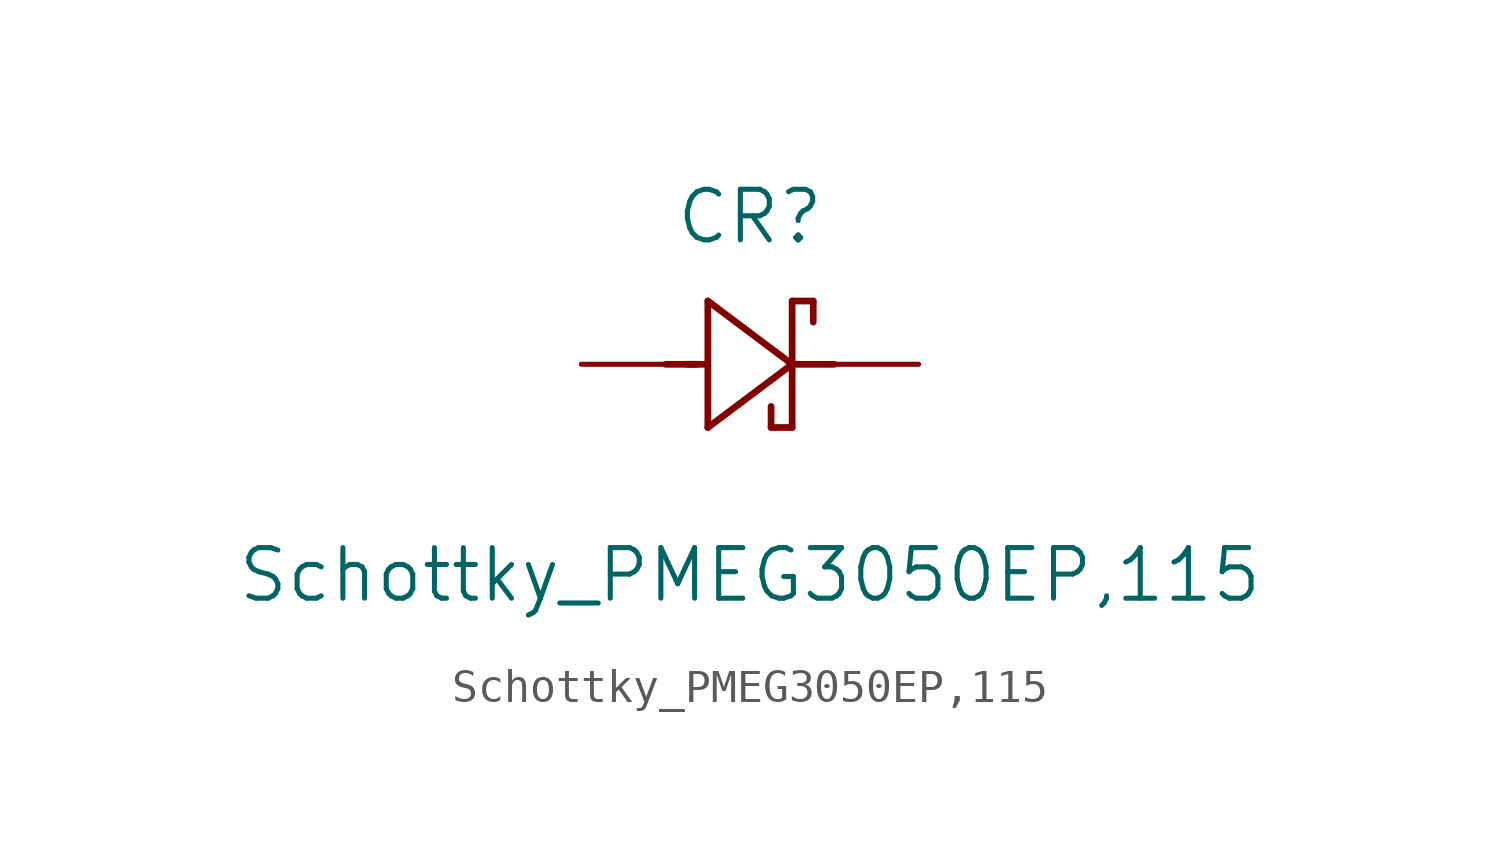
<source format=kicad_sym>
(kicad_symbol_lib
  (version 20201005)
  (generator kicad_symbol_editor)
  (symbol "NB3_power:Schottky_PMEG3050EP,115"
    (pin_numbers hide)
    (pin_names hide)
    (property "Reference" "CR"
      (at 5.08 4.445 0)
      (effects (font (size 1.524 1.524))))
    (property "Value" "Schottky_PMEG3050EP,115"
      (at 5.08 -6.35 0)
      (effects (font (size 1.524 1.524))))
    (property "Datasheet" ""
      (at 0 0 0)
      (effects (font (size 1.524 1.524))))
    (property "ki_locked" ""
      (at 0 0 0)
      (effects (font (size 1.27 1.27))))
    (symbol "Schottky_PMEG3050EP,115_1_1"
      (polyline (pts (xy 2.54 0) (xy 3.48 0)) (stroke (width 0.203)) (fill (type none)))
      (polyline (pts (xy 3.175 0) (xy 3.81 0)) (stroke (width 0.203)) (fill (type none)))
      (polyline (pts (xy 3.81 -1.905) (xy 6.35 0)) (stroke (width 0.203)) (fill (type none)))
      (polyline (pts (xy 6.35 -1.905) (xy 5.715 -1.905)) (stroke (width 0.203)) (fill (type none)))
      (polyline (pts (xy 6.35 1.905) (xy 6.985 1.905)) (stroke (width 0.203)) (fill (type none)))
      (polyline (pts (xy 3.81 1.905) (xy 3.81 -1.905)) (stroke (width 0.203)) (fill (type none)))
      (polyline (pts (xy 6.35 -1.905) (xy 6.35 1.905)) (stroke (width 0.203)) (fill (type none)))
      (polyline (pts (xy 6.35 0) (xy 3.81 1.905)) (stroke (width 0.203)) (fill (type none)))
      (polyline (pts (xy 6.35 0) (xy 7.62 0)) (stroke (width 0.203)) (fill (type none)))
      (polyline (pts (xy 6.985 1.905) (xy 6.985 1.27)) (stroke (width 0.203)) (fill (type none)))
      (polyline (pts (xy 5.715 -1.905) (xy 5.715 -1.27)) (stroke (width 0.203)) (fill (type none)))
      (pin passive line (at 0 0 0) (length 2.54) (name "~" (effects (font (size 1.499 1.499)))) (number "2" (effects (font (size 1.499 1.499)))))
      (pin passive line (at 10.16 0 180) (length 2.54) (name "~" (effects (font (size 1.499 1.499)))) (number "1" (effects (font (size 1.499 1.499))))))))
</source>
